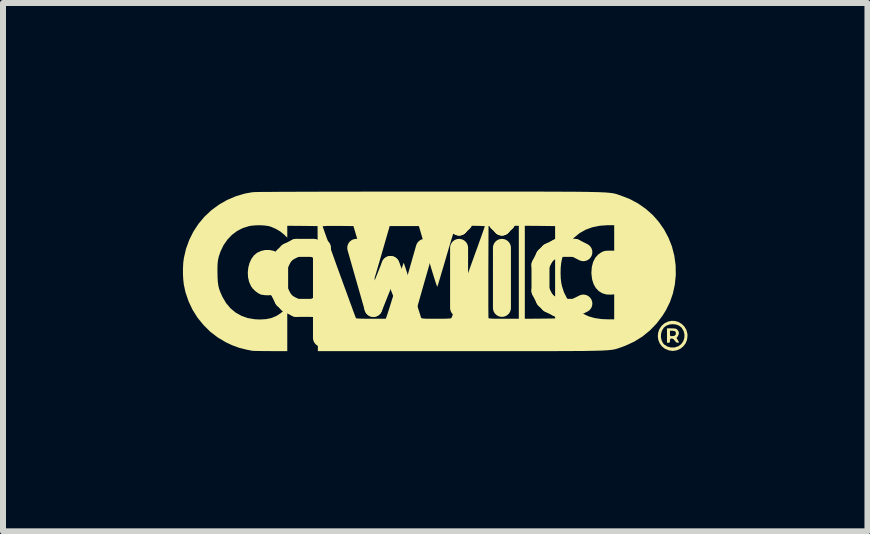
<source format=kicad_pcb>
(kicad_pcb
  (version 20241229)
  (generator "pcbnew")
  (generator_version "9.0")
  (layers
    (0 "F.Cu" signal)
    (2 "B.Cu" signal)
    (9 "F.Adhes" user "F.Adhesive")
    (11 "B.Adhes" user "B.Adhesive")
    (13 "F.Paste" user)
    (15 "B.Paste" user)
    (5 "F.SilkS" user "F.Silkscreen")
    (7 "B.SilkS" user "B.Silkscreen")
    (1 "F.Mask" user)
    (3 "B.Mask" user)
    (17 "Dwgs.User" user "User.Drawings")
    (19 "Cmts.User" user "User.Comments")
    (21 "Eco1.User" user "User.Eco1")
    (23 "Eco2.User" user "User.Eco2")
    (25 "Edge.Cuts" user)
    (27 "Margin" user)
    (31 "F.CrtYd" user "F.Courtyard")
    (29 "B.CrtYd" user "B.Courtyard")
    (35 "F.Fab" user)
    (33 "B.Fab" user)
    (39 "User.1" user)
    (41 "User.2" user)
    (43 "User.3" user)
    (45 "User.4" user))
  (footprint "qwiic"
    (layer "F.Cu")
    (at 4.139 1.404)
    (property "Reference" "qwiic" (at 0 0 0) (layer "F.SilkS") (effects (font (size 1.5 1.5) (thickness 0.3))))
    (attr board_only exclude_from_pos_files exclude_from_bom)
    (fp_poly (pts (xy -2.626 -0.272) (xy -2.562 -0.244) (xy -2.509 -0.203) (xy -2.501 -0.194) (xy -2.455 -0.127) (xy -2.423 -0.05) (xy -2.405 0.035) (xy -2.403 0.123) (xy -2.416 0.21) (xy -2.444 0.292) (xy -2.446 0.295) (xy -2.477 0.346) (xy -2.521 0.393) (xy -2.571 0.431) (xy -2.617 0.454) (xy -2.665 0.465) (xy -2.722 0.469) (xy -2.781 0.466) (xy -2.833 0.458) (xy -2.847 0.454) (xy -2.89 0.431) (xy -2.936 0.396) (xy -2.977 0.355) (xy -3.005 0.316) (xy -3.036 0.246) (xy -3.054 0.169) (xy -3.058 0.088) (xy -3.05 0.008) (xy -3.03 -0.068) (xy -2.998 -0.138) (xy -2.956 -0.196) (xy -2.904 -0.24) (xy -2.839 -0.27) (xy -2.768 -0.286) (xy -2.696 -0.286)) (stroke (width 0) (type solid)) (fill yes) (layer "F.SilkS"))
    (fp_poly (pts (xy 4.046 1.021) (xy 4.072 1.024) (xy 4.089 1.031) (xy 4.104 1.043) (xy 4.105 1.045) (xy 4.126 1.077) (xy 4.128 1.114) (xy 4.111 1.151) (xy 4.109 1.154) (xy 4.088 1.18) (xy 4.109 1.214) (xy 4.125 1.24) (xy 4.128 1.254) (xy 4.12 1.259) (xy 4.106 1.26) (xy 4.083 1.252) (xy 4.061 1.226) (xy 4.06 1.225) (xy 4.041 1.201) (xy 4.02 1.191) (xy 4.009 1.19) (xy 3.99 1.192) (xy 3.982 1.202) (xy 3.98 1.225) (xy 3.978 1.249) (xy 3.97 1.258) (xy 3.955 1.26) (xy 3.93 1.26) (xy 3.93 1.14) (xy 3.93 1.06) (xy 3.98 1.06) (xy 3.98 1.105) (xy 3.981 1.133) (xy 3.986 1.146) (xy 3.999 1.15) (xy 4.011 1.15) (xy 4.04 1.147) (xy 4.061 1.14) (xy 4.076 1.122) (xy 4.079 1.096) (xy 4.069 1.073) (xy 4.068 1.072) (xy 4.051 1.064) (xy 4.023 1.06) (xy 4.018 1.06) (xy 3.98 1.06) (xy 3.93 1.06) (xy 3.93 1.02) (xy 4.005 1.02)) (stroke (width 0) (type solid)) (fill yes) (layer "F.SilkS"))
    (fp_poly (pts (xy 4.068 0.897) (xy 4.126 0.916) (xy 4.178 0.948) (xy 4.221 0.991) (xy 4.253 1.045) (xy 4.27 1.108) (xy 4.272 1.144) (xy 4.264 1.212) (xy 4.238 1.273) (xy 4.199 1.323) (xy 4.149 1.362) (xy 4.091 1.387) (xy 4.026 1.396) (xy 3.959 1.387) (xy 3.958 1.386) (xy 3.896 1.36) (xy 3.846 1.321) (xy 3.809 1.271) (xy 3.786 1.215) (xy 3.779 1.167) (xy 3.829 1.167) (xy 3.841 1.222) (xy 3.866 1.27) (xy 3.886 1.291) (xy 3.937 1.323) (xy 3.995 1.339) (xy 4.056 1.338) (xy 4.114 1.32) (xy 4.121 1.317) (xy 4.168 1.282) (xy 4.201 1.235) (xy 4.219 1.182) (xy 4.222 1.125) (xy 4.209 1.069) (xy 4.179 1.016) (xy 4.171 1.006) (xy 4.131 0.975) (xy 4.081 0.956) (xy 4.025 0.95) (xy 3.97 0.956) (xy 3.919 0.975) (xy 3.879 1.006) (xy 3.879 1.006) (xy 3.848 1.055) (xy 3.831 1.11) (xy 3.829 1.167) (xy 3.779 1.167) (xy 3.777 1.155) (xy 3.782 1.094) (xy 3.802 1.035) (xy 3.837 0.981) (xy 3.885 0.938) (xy 3.945 0.907) (xy 4.007 0.894)) (stroke (width 0) (type solid)) (fill yes) (layer "F.SilkS"))
    (fp_poly (pts (xy 1.229 -1.26) (xy 1.429 -1.26) (xy 1.614 -1.26) (xy 1.783 -1.26) (xy 1.938 -1.259) (xy 2.08 -1.259) (xy 2.208 -1.258) (xy 2.324 -1.258) (xy 2.429 -1.257) (xy 2.523 -1.256) (xy 2.606 -1.255) (xy 2.68 -1.253) (xy 2.746 -1.252) (xy 2.803 -1.25) (xy 2.854 -1.248) (xy 2.897 -1.246) (xy 2.935 -1.243) (xy 2.967 -1.24) (xy 2.995 -1.237) (xy 3.02 -1.234) (xy 3.041 -1.23) (xy 3.059 -1.226) (xy 3.076 -1.222) (xy 3.093 -1.217) (xy 3.108 -1.212) (xy 3.125 -1.206) (xy 3.142 -1.2) (xy 3.16 -1.194) (xy 3.31 -1.136) (xy 3.45 -1.061) (xy 3.578 -0.971) (xy 3.694 -0.868) (xy 3.796 -0.752) (xy 3.884 -0.625) (xy 3.956 -0.489) (xy 4.013 -0.345) (xy 4.052 -0.193) (xy 4.074 -0.035) (xy 4.077 0.127) (xy 4.077 0.13) (xy 4.061 0.289) (xy 4.029 0.438) (xy 3.98 0.58) (xy 3.912 0.718) (xy 3.855 0.81) (xy 3.757 0.939) (xy 3.645 1.055) (xy 3.521 1.156) (xy 3.384 1.241) (xy 3.237 1.309) (xy 3.169 1.334) (xy 3.148 1.341) (xy 3.13 1.348) (xy 3.113 1.354) (xy 3.096 1.359) (xy 3.078 1.364) (xy 3.06 1.369) (xy 3.039 1.373) (xy 3.016 1.377) (xy 2.989 1.38) (xy 2.958 1.383) (xy 2.922 1.386) (xy 2.88 1.388) (xy 2.831 1.391) (xy 2.774 1.392) (xy 2.71 1.394) (xy 2.636 1.395) (xy 2.553 1.397) (xy 2.459 1.397) (xy 2.353 1.398) (xy 2.236 1.399) (xy 2.105 1.399) (xy 1.961 1.4) (xy 1.802 1.4) (xy 1.628 1.4) (xy 1.438 1.4) (xy 1.231 1.4) (xy 1.007 1.4) (xy 0.764 1.4) (xy 0.502 1.4) (xy 0.493 1.4) (xy -1.89 1.4) (xy -1.892 0.357) (xy -1.895 -0.68) (xy -1.81 -0.68) (xy -1.807 -0.67) (xy -1.797 -0.642) (xy -1.782 -0.599) (xy -1.762 -0.542) (xy -1.737 -0.474) (xy -1.709 -0.395) (xy -1.677 -0.308) (xy -1.643 -0.214) (xy -1.608 -0.115) (xy -1.571 -0.012) (xy -1.533 0.092) (xy -1.495 0.196) (xy -1.458 0.298) (xy -1.422 0.396) (xy -1.388 0.489) (xy -1.357 0.576) (xy -1.328 0.653) (xy -1.304 0.721) (xy -1.283 0.776) (xy -1.268 0.817) (xy -1.258 0.842) (xy -1.255 0.851) (xy -1.243 0.853) (xy -1.214 0.856) (xy -1.169 0.858) (xy -1.111 0.859) (xy -1.042 0.86) (xy -1.004 0.86) (xy -0.759 0.86) (xy -0.746 0.828) (xy -0.74 0.811) (xy -0.729 0.778) (xy -0.714 0.73) (xy -0.694 0.669) (xy -0.672 0.598) (xy -0.647 0.518) (xy -0.62 0.431) (xy -0.599 0.365) (xy -0.572 0.276) (xy -0.546 0.193) (xy -0.522 0.118) (xy -0.502 0.052) (xy -0.485 -0.001) (xy -0.471 -0.041) (xy -0.463 -0.066) (xy -0.46 -0.072) (xy -0.456 -0.065) (xy -0.447 -0.04) (xy -0.433 0.001) (xy -0.415 0.055) (xy -0.394 0.121) (xy -0.37 0.197) (xy -0.344 0.282) (xy -0.316 0.372) (xy -0.316 0.373) (xy -0.288 0.464) (xy -0.261 0.551) (xy -0.236 0.629) (xy -0.215 0.699) (xy -0.196 0.757) (xy -0.182 0.801) (xy -0.173 0.831) (xy -0.168 0.843) (xy -0.164 0.848) (xy -0.156 0.852) (xy -0.142 0.855) (xy -0.119 0.857) (xy -0.085 0.859) (xy -0.037 0.86) (xy 0.026 0.86) (xy 0.085 0.86) (xy 0.167 0.86) (xy 0.231 0.859) (xy 0.278 0.857) (xy 0.31 0.855) (xy 0.329 0.852) (xy 0.336 0.848) (xy 0.342 0.835) (xy 0.353 0.806) (xy 0.37 0.761) (xy 0.392 0.703) (xy 0.418 0.634) (xy 0.447 0.554) (xy 0.479 0.466) (xy 0.496 0.421) (xy 0.952 0.421) (xy 0.952 0.521) (xy 0.952 0.611) (xy 0.952 0.688) (xy 0.953 0.752) (xy 0.953 0.801) (xy 0.954 0.833) (xy 0.955 0.847) (xy 0.955 0.848) (xy 0.961 0.852) (xy 0.978 0.855) (xy 1.007 0.857) (xy 1.05 0.859) (xy 1.11 0.86) (xy 1.186 0.86) (xy 1.21 0.86) (xy 1.46 0.86) (xy 1.46 0.085) (xy 1.46 -0.69) (xy 1.56 -0.69) (xy 1.56 0.085) (xy 1.56 0.86) (xy 1.812 0.858) (xy 2.065 0.855) (xy 2.065 0.099) (xy 2.156 0.099) (xy 2.159 0.184) (xy 2.168 0.262) (xy 2.179 0.315) (xy 2.213 0.42) (xy 2.259 0.511) (xy 2.318 0.594) (xy 2.369 0.65) (xy 2.451 0.723) (xy 2.536 0.779) (xy 2.628 0.821) (xy 2.728 0.849) (xy 2.841 0.865) (xy 2.938 0.869) (xy 3.05 0.87) (xy 3.05 0.662) (xy 3.05 0.453) (xy 2.996 0.458) (xy 2.92 0.455) (xy 2.852 0.435) (xy 2.793 0.399) (xy 2.744 0.348) (xy 2.707 0.283) (xy 2.682 0.205) (xy 2.671 0.116) (xy 2.67 0.09) (xy 2.677 -0.005) (xy 2.699 -0.087) (xy 2.734 -0.156) (xy 2.783 -0.211) (xy 2.831 -0.245) (xy 2.861 -0.26) (xy 2.888 -0.269) (xy 2.919 -0.274) (xy 2.962 -0.275) (xy 2.967 -0.275) (xy 3.05 -0.275) (xy 3.05 -0.487) (xy 3.05 -0.7) (xy 2.946 -0.7) (xy 2.812 -0.691) (xy 2.688 -0.666) (xy 2.575 -0.625) (xy 2.474 -0.568) (xy 2.384 -0.495) (xy 2.308 -0.408) (xy 2.245 -0.307) (xy 2.196 -0.193) (xy 2.179 -0.135) (xy 2.166 -0.068) (xy 2.158 0.013) (xy 2.156 0.099) (xy 2.065 0.099) (xy 2.065 0.085) (xy 2.065 -0.685) (xy 1.812 -0.688) (xy 1.56 -0.69) (xy 1.46 -0.69) (xy 1.208 -0.688) (xy 0.955 -0.685) (xy 0.952 0.075) (xy 0.952 0.197) (xy 0.952 0.313) (xy 0.952 0.421) (xy 0.496 0.421) (xy 0.514 0.372) (xy 0.55 0.273) (xy 0.588 0.17) (xy 0.626 0.067) (xy 0.663 -0.037) (xy 0.7 -0.139) (xy 0.735 -0.237) (xy 0.769 -0.329) (xy 0.799 -0.415) (xy 0.827 -0.491) (xy 0.85 -0.557) (xy 0.869 -0.611) (xy 0.883 -0.651) (xy 0.891 -0.675) (xy 0.893 -0.682) (xy 0.882 -0.685) (xy 0.854 -0.686) (xy 0.812 -0.688) (xy 0.758 -0.689) (xy 0.695 -0.69) (xy 0.65 -0.69) (xy 0.574 -0.69) (xy 0.516 -0.689) (xy 0.473 -0.689) (xy 0.443 -0.687) (xy 0.423 -0.684) (xy 0.411 -0.681) (xy 0.404 -0.676) (xy 0.402 -0.672) (xy 0.397 -0.66) (xy 0.388 -0.63) (xy 0.374 -0.584) (xy 0.356 -0.525) (xy 0.334 -0.454) (xy 0.31 -0.374) (xy 0.284 -0.286) (xy 0.256 -0.192) (xy 0.25 -0.17) (xy 0.222 -0.075) (xy 0.196 0.014) (xy 0.171 0.096) (xy 0.15 0.169) (xy 0.131 0.23) (xy 0.117 0.278) (xy 0.106 0.311) (xy 0.101 0.327) (xy 0.101 0.328) (xy 0.097 0.321) (xy 0.088 0.297) (xy 0.074 0.256) (xy 0.057 0.202) (xy 0.036 0.136) (xy 0.012 0.058) (xy -0.014 -0.028) (xy -0.041 -0.122) (xy -0.056 -0.172) (xy -0.206 -0.685) (xy -0.449 -0.685) (xy -0.693 -0.685) (xy -0.839 -0.178) (xy -0.867 -0.081) (xy -0.894 0.01) (xy -0.918 0.093) (xy -0.94 0.167) (xy -0.959 0.23) (xy -0.973 0.279) (xy -0.984 0.314) (xy -0.99 0.332) (xy -0.991 0.334) (xy -0.994 0.326) (xy -1.003 0.3) (xy -1.016 0.258) (xy -1.034 0.203) (xy -1.054 0.135) (xy -1.078 0.057) (xy -1.104 -0.03) (xy -1.132 -0.125) (xy -1.146 -0.173) (xy -1.297 -0.685) (xy -1.554 -0.688) (xy -1.642 -0.688) (xy -1.713 -0.688) (xy -1.764 -0.686) (xy -1.797 -0.684) (xy -1.81 -0.681) (xy -1.81 -0.68) (xy -1.895 -0.68) (xy -1.895 -0.685) (xy -2.147 -0.688) (xy -2.4 -0.69) (xy -2.4 -0.591) (xy -2.4 -0.492) (xy -2.453 -0.544) (xy -2.515 -0.594) (xy -2.589 -0.638) (xy -2.667 -0.672) (xy -2.711 -0.685) (xy -2.771 -0.694) (xy -2.843 -0.699) (xy -2.919 -0.698) (xy -2.991 -0.692) (xy -3.035 -0.685) (xy -3.139 -0.653) (xy -3.235 -0.604) (xy -3.322 -0.539) (xy -3.398 -0.459) (xy -3.463 -0.366) (xy -3.513 -0.261) (xy -3.542 -0.175) (xy -3.55 -0.141) (xy -3.556 -0.109) (xy -3.56 -0.073) (xy -3.563 -0.029) (xy -3.564 0.027) (xy -3.564 0.08) (xy -3.562 0.169) (xy -3.558 0.243) (xy -3.549 0.306) (xy -3.535 0.364) (xy -3.514 0.421) (xy -3.486 0.483) (xy -3.481 0.495) (xy -3.42 0.598) (xy -3.347 0.685) (xy -3.262 0.756) (xy -3.166 0.81) (xy -3.06 0.848) (xy -2.943 0.868) (xy -2.855 0.872) (xy -2.753 0.866) (xy -2.665 0.848) (xy -2.585 0.815) (xy -2.511 0.768) (xy -2.458 0.722) (xy -2.4 0.667) (xy -2.4 1.033) (xy -2.4 1.4) (xy -2.683 1.399) (xy -2.757 1.398) (xy -2.825 1.398) (xy -2.884 1.397) (xy -2.933 1.396) (xy -2.967 1.395) (xy -2.984 1.394) (xy -2.985 1.393) (xy -3.004 1.39) (xy -3.037 1.383) (xy -3.076 1.376) (xy -3.082 1.374) (xy -3.202 1.344) (xy -3.323 1.3) (xy -3.42 1.254) (xy -3.557 1.173) (xy -3.683 1.077) (xy -3.795 0.966) (xy -3.895 0.844) (xy -3.979 0.71) (xy -4.046 0.568) (xy -4.097 0.418) (xy -4.125 0.288) (xy -4.134 0.207) (xy -4.139 0.115) (xy -4.139 0.019) (xy -4.134 -0.072) (xy -4.124 -0.151) (xy -4.088 -0.307) (xy -4.034 -0.455) (xy -3.964 -0.595) (xy -3.879 -0.724) (xy -3.779 -0.843) (xy -3.666 -0.949) (xy -3.541 -1.041) (xy -3.406 -1.119) (xy -3.261 -1.181) (xy -3.108 -1.227) (xy -2.986 -1.249) (xy -2.97 -1.25) (xy -2.938 -1.252) (xy -2.891 -1.253) (xy -2.828 -1.254) (xy -2.748 -1.254) (xy -2.653 -1.255) (xy -2.541 -1.256) (xy -2.411 -1.257) (xy -2.265 -1.257) (xy -2.101 -1.258) (xy -1.92 -1.258) (xy -1.72 -1.259) (xy -1.502 -1.259) (xy -1.266 -1.259) (xy -1.011 -1.26) (xy -0.736 -1.26) (xy -0.442 -1.26) (xy -0.129 -1.26) (xy -0.033 -1.26) (xy 0.257 -1.26) (xy 0.527 -1.26) (xy 0.779 -1.26) (xy 1.013 -1.26)) (stroke (width 0) (type solid)) (fill yes) (layer "F.SilkS")))
  (gr_rect
    (start -3 -3)
    (end 11.411 5.808)
    (stroke (width 0.1) (type default))
    (fill no)
    (layer "Edge.Cuts")))
</source>
